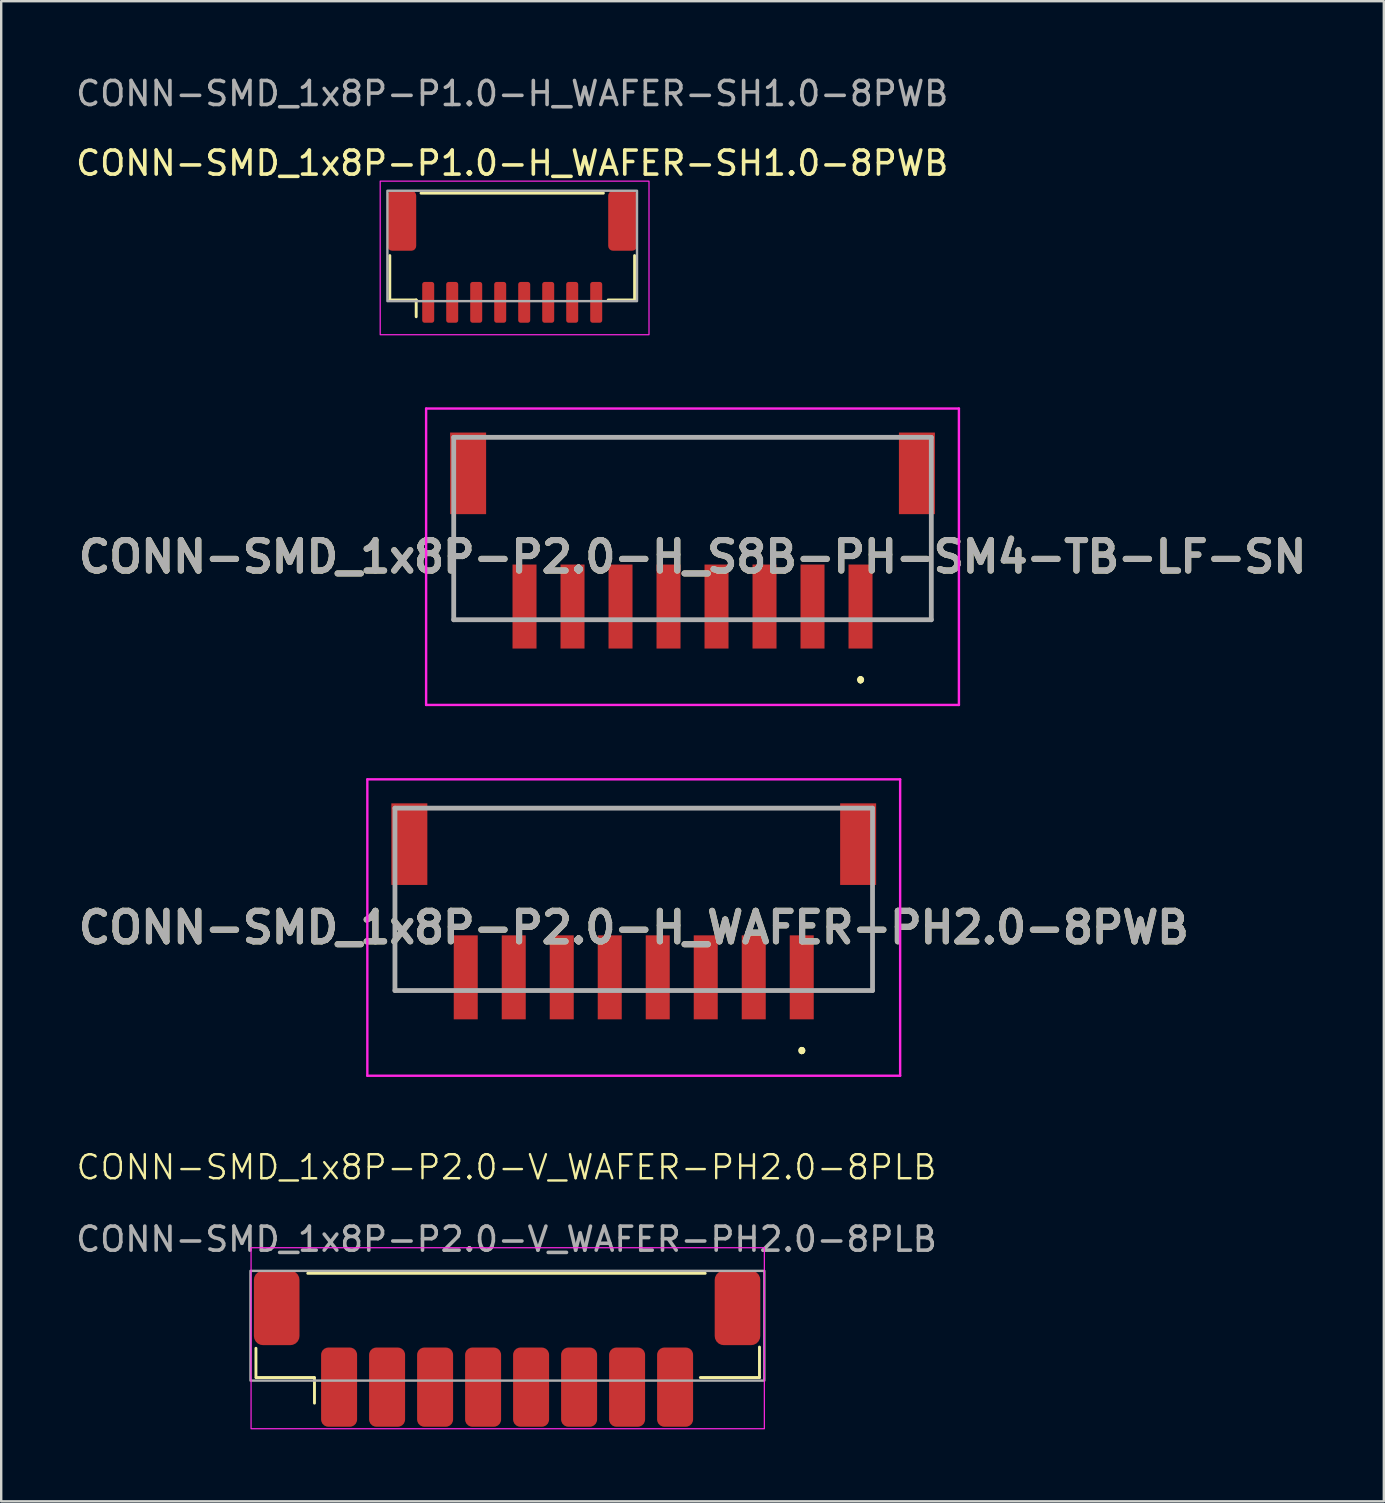
<source format=kicad_pcb>
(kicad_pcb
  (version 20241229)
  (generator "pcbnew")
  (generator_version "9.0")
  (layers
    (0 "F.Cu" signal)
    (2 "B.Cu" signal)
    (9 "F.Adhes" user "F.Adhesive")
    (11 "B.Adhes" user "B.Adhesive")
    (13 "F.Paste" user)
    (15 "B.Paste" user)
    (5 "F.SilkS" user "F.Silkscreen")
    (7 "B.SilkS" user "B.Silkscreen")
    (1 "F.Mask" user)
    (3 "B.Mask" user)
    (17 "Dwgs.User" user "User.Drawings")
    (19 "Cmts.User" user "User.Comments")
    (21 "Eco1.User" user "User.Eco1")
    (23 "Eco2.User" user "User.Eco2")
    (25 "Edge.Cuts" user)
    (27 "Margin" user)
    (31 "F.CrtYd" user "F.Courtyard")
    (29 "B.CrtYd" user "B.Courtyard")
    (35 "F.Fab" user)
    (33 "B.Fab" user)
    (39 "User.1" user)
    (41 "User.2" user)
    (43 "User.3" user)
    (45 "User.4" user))
  (footprint "CONN-SMD_1x8P-P2.0-H_WAFER-PH2.0-8PWB"
    (layer "F.Cu")
    (at 23.356 34.423)
    (property "Reference" "CONN-SMD_1x8P-P2.0-H_WAFER-PH2.0-8PWB" (at 0 1.175 0) (layer "F.SilkS") (effects (font (size 1.27 1.27) (thickness 0.254))))
    (attr smd)
    (fp_line (start -9.95 0) (end -9.95 0) (stroke (width 0.1) (type solid)) (layer "F.SilkS"))
    (fp_line (start -9.95 0) (end -9.95 3.8) (stroke (width 0.1) (type solid)) (layer "F.SilkS"))
    (fp_line (start -9.95 3.8) (end -9.95 0) (stroke (width 0.1) (type solid)) (layer "F.SilkS"))
    (fp_line (start -9.95 3.8) (end -9.95 3.8) (stroke (width 0.1) (type solid)) (layer "F.SilkS"))
    (fp_line (start -9.95 3.8) (end -9.95 3.8) (stroke (width 0.1) (type solid)) (layer "F.SilkS"))
    (fp_line (start -9.95 3.8) (end -8.25 3.8) (stroke (width 0.1) (type solid)) (layer "F.SilkS"))
    (fp_line (start -8.25 3.8) (end -9.95 3.8) (stroke (width 0.1) (type solid)) (layer "F.SilkS"))
    (fp_line (start -8.25 3.8) (end -8.25 3.8) (stroke (width 0.1) (type solid)) (layer "F.SilkS"))
    (fp_line (start -8 -3.8) (end -8 -3.8) (stroke (width 0.1) (type solid)) (layer "F.SilkS"))
    (fp_line (start -8 -3.8) (end 8 -3.8) (stroke (width 0.1) (type solid)) (layer "F.SilkS"))
    (fp_line (start 7 6.25) (end 7 6.25) (stroke (width 0.2) (type solid)) (layer "F.SilkS"))
    (fp_line (start 7 6.35) (end 7 6.35) (stroke (width 0.2) (type solid)) (layer "F.SilkS"))
    (fp_line (start 7 6.35) (end 7 6.35) (stroke (width 0.2) (type solid)) (layer "F.SilkS"))
    (fp_line (start 8 -3.8) (end -8 -3.8) (stroke (width 0.1) (type solid)) (layer "F.SilkS"))
    (fp_line (start 8 -3.8) (end 8 -3.8) (stroke (width 0.1) (type solid)) (layer "F.SilkS"))
    (fp_line (start 8.25 3.8) (end 8.25 3.8) (stroke (width 0.1) (type solid)) (layer "F.SilkS"))
    (fp_line (start 8.25 3.8) (end 9.95 3.8) (stroke (width 0.1) (type solid)) (layer "F.SilkS"))
    (fp_line (start 9.95 0) (end 9.95 0) (stroke (width 0.1) (type solid)) (layer "F.SilkS"))
    (fp_line (start 9.95 0) (end 9.95 3.75) (stroke (width 0.1) (type solid)) (layer "F.SilkS"))
    (fp_line (start 9.95 3.75) (end 9.95 0) (stroke (width 0.1) (type solid)) (layer "F.SilkS"))
    (fp_line (start 9.95 3.75) (end 9.95 3.75) (stroke (width 0.1) (type solid)) (layer "F.SilkS"))
    (fp_line (start 9.95 3.8) (end 8.25 3.8) (stroke (width 0.1) (type solid)) (layer "F.SilkS"))
    (fp_line (start 9.95 3.8) (end 9.95 3.8) (stroke (width 0.1) (type solid)) (layer "F.SilkS"))
    (fp_arc (start 7 6.25) (mid 7.05 6.3) (end 7 6.35) (stroke (width 0.2) (type solid)) (layer "F.SilkS"))
    (fp_arc (start 7 6.25) (mid 7.05 6.3) (end 7 6.35) (stroke (width 0.2) (type solid)) (layer "F.SilkS"))
    (fp_arc (start 7 6.35) (mid 6.95 6.3) (end 7 6.25) (stroke (width 0.2) (type solid)) (layer "F.SilkS"))
    (fp_line (start -11.1 -5) (end 11.1 -5) (stroke (width 0.1) (type solid)) (layer "F.CrtYd"))
    (fp_line (start -11.1 7.35) (end -11.1 -5) (stroke (width 0.1) (type solid)) (layer "F.CrtYd"))
    (fp_line (start 11.1 -5) (end 11.1 7.35) (stroke (width 0.1) (type solid)) (layer "F.CrtYd"))
    (fp_line (start 11.1 7.35) (end -11.1 7.35) (stroke (width 0.1) (type solid)) (layer "F.CrtYd"))
    (fp_line (start -9.95 -3.8) (end -9.95 3.8) (stroke (width 0.2) (type solid)) (layer "F.Fab"))
    (fp_line (start -9.95 3.8) (end 9.95 3.8) (stroke (width 0.2) (type solid)) (layer "F.Fab"))
    (fp_line (start 9.95 -3.8) (end -9.95 -3.8) (stroke (width 0.2) (type solid)) (layer "F.Fab"))
    (fp_line (start 9.95 3.8) (end 9.95 -3.8) (stroke (width 0.2) (type solid)) (layer "F.Fab"))
    (fp_text user "${REFERENCE}" (at 0 1.175 0) (layer "F.Fab") (effects (font (size 1.27 1.27) (thickness 0.254))))
    (pad "1" smd rect (at 7 3.25) (size 1 3.5) (layers "F.Cu" "F.Mask" "F.Paste"))
    (pad "2" smd rect (at 5 3.25) (size 1 3.5) (layers "F.Cu" "F.Mask" "F.Paste"))
    (pad "3" smd rect (at 3 3.25) (size 1 3.5) (layers "F.Cu" "F.Mask" "F.Paste"))
    (pad "4" smd rect (at 1 3.25) (size 1 3.5) (layers "F.Cu" "F.Mask" "F.Paste"))
    (pad "5" smd rect (at -1 3.25) (size 1 3.5) (layers "F.Cu" "F.Mask" "F.Paste"))
    (pad "6" smd rect (at -3 3.25) (size 1 3.5) (layers "F.Cu" "F.Mask" "F.Paste"))
    (pad "7" smd rect (at -5 3.25) (size 1 3.5) (layers "F.Cu" "F.Mask" "F.Paste"))
    (pad "8" smd rect (at -7 3.25) (size 1 3.5) (layers "F.Cu" "F.Mask" "F.Paste"))
    (pad "MP1" smd rect (at 9.35 -2.3) (size 1.5 3.4) (layers "F.Cu" "F.Mask" "F.Paste"))
    (pad "MP2" smd rect (at -9.35 -2.3) (size 1.5 3.4) (layers "F.Cu" "F.Mask" "F.Paste")))
  (footprint "CONN-SMD_1x8P-P1.0-H_WAFER-SH1.0-8PWB"
    (layer "F.Cu")
    (at 18.292 7.648)
    (property "Reference" "CONN-SMD_1x8P-P1.0-H_WAFER-SH1.0-8PWB" (at 0 -3.9 0) (unlocked yes) (layer "F.SilkS") (effects (font (size 1 1) (thickness 0.15))))
    (attr smd)
    (fp_line (start -5.1 -0.05) (end -5.1 1.8) (stroke (width 0.12) (type solid)) (layer "F.SilkS"))
    (fp_line (start -5.1 1.8) (end -4 1.8) (stroke (width 0.12) (type solid)) (layer "F.SilkS"))
    (fp_line (start -4 1.8) (end -4 2.5) (stroke (width 0.12) (type solid)) (layer "F.SilkS"))
    (fp_line (start -3.8 -2.65) (end 3.8 -2.65) (stroke (width 0.12) (type solid)) (layer "F.SilkS"))
    (fp_line (start 5.1 -0.05) (end 5.1 1.8) (stroke (width 0.12) (type solid)) (layer "F.SilkS"))
    (fp_line (start 5.1 1.8) (end 4 1.8) (stroke (width 0.12) (type solid)) (layer "F.SilkS"))
    (fp_rect (start -5.5 -3.15) (end 5.7 3.25) (stroke (width 0.05) (type solid)) (fill no) (layer "F.CrtYd"))
    (fp_rect (start -5.2 -2.75) (end 5.2 1.85) (stroke (width 0.1) (type solid)) (fill no) (layer "F.Fab"))
    (fp_text user "${REFERENCE}" (at 0 -6.8 0) (unlocked yes) (layer "F.Fab") (effects (font (size 1 1) (thickness 0.15))))
    (pad "1" smd roundrect (at -3.5 1.9) (size 0.5 1.7) (layers "F.Cu" "F.Mask" "F.Paste") (roundrect_rratio 0.2))
    (pad "2" smd roundrect (at -2.5 1.9) (size 0.5 1.7) (layers "F.Cu" "F.Mask" "F.Paste") (roundrect_rratio 0.2))
    (pad "3" smd roundrect (at -1.5 1.9) (size 0.5 1.7) (layers "F.Cu" "F.Mask" "F.Paste") (roundrect_rratio 0.2))
    (pad "4" smd roundrect (at -0.5 1.9) (size 0.5 1.7) (layers "F.Cu" "F.Mask" "F.Paste") (roundrect_rratio 0.2))
    (pad "5" smd roundrect (at 0.5 1.9) (size 0.5 1.7) (layers "F.Cu" "F.Mask" "F.Paste") (roundrect_rratio 0.2))
    (pad "6" smd roundrect (at 1.5 1.9) (size 0.5 1.7) (layers "F.Cu" "F.Mask" "F.Paste") (roundrect_rratio 0.2))
    (pad "7" smd roundrect (at 2.5 1.9) (size 0.5 1.7) (layers "F.Cu" "F.Mask" "F.Paste") (roundrect_rratio 0.2))
    (pad "8" smd roundrect (at 3.5 1.9) (size 0.5 1.7) (layers "F.Cu" "F.Mask" "F.Paste") (roundrect_rratio 0.2))
    (pad "MP1" smd roundrect (at -4.6 -1.5) (size 1.2 2.5) (layers "F.Cu" "F.Mask" "F.Paste") (roundrect_rratio 0.167))
    (pad "MP2" smd roundrect (at 4.6 -1.5) (size 1.2 2.5) (layers "F.Cu" "F.Mask" "F.Paste") (roundrect_rratio 0.167)))
  (footprint "CONN-SMD_1x8P-P2.0-V_WAFER-PH2.0-8PLB"
    (layer "F.Cu")
    (at 18.079 52.748)
    (property "Reference" "CONN-SMD_1x8P-P2.0-V_WAFER-PH2.0-8PLB" (at -0.025 -7.164 0) (unlocked yes) (layer "F.SilkS") (effects (font (size 1 1) (thickness 0.1))))
    (attr smd)
    (fp_line (start -10.465 0.381) (end -10.465 1.6) (stroke (width 0.12) (type default)) (layer "F.SilkS"))
    (fp_line (start -10.452 1.6) (end -8.039 1.6) (stroke (width 0.12) (type default)) (layer "F.SilkS"))
    (fp_line (start -8.306 -2.743) (end 8.255 -2.743) (stroke (width 0.12) (type default)) (layer "F.SilkS"))
    (fp_line (start -8.026 1.6) (end -8.026 2.667) (stroke (width 0.12) (type default)) (layer "F.SilkS"))
    (fp_line (start 10.516 0.33) (end 10.516 1.6) (stroke (width 0.12) (type default)) (layer "F.SilkS"))
    (fp_line (start 10.516 1.6) (end 8.052 1.6) (stroke (width 0.12) (type default)) (layer "F.SilkS"))
    (fp_rect (start -10.668 -3.81) (end 10.719 3.734) (stroke (width 0.05) (type default)) (fill no) (layer "F.CrtYd"))
    (fp_rect (start -10.693 -2.845) (end 10.719 1.727) (stroke (width 0.1) (type default)) (fill no) (layer "F.Fab"))
    (fp_text user "${REFERENCE}" (at -0.025 -4.164 0) (unlocked yes) (layer "F.Fab") (effects (font (size 1 1) (thickness 0.15))))
    (pad "1" smd roundrect (at -7 2) (size 1.5 3.3) (layers "F.Cu" "F.Mask" "F.Paste") (roundrect_rratio 0.2))
    (pad "2" smd roundrect (at -5 2) (size 1.5 3.3) (layers "F.Cu" "F.Mask" "F.Paste") (roundrect_rratio 0.2))
    (pad "3" smd roundrect (at -3 2) (size 1.5 3.3) (layers "F.Cu" "F.Mask" "F.Paste") (roundrect_rratio 0.2))
    (pad "4" smd roundrect (at -1 2) (size 1.5 3.3) (layers "F.Cu" "F.Mask" "F.Paste") (roundrect_rratio 0.2))
    (pad "5" smd roundrect (at 1 2) (size 1.5 3.3) (layers "F.Cu" "F.Mask" "F.Paste") (roundrect_rratio 0.2))
    (pad "6" smd roundrect (at 3 2) (size 1.5 3.3) (layers "F.Cu" "F.Mask" "F.Paste") (roundrect_rratio 0.2))
    (pad "7" smd roundrect (at 5 2) (size 1.5 3.3) (layers "F.Cu" "F.Mask" "F.Paste") (roundrect_rratio 0.2))
    (pad "8" smd roundrect (at 7 2) (size 1.5 3.3) (layers "F.Cu" "F.Mask" "F.Paste") (roundrect_rratio 0.2))
    (pad "MP1" smd roundrect (at -9.6 -1.3) (size 1.9 3.1) (layers "F.Cu" "F.Mask" "F.Paste") (roundrect_rratio 0.2))
    (pad "MP2" smd roundrect (at 9.6 -1.3) (size 1.9 3.1) (layers "F.Cu" "F.Mask" "F.Paste") (roundrect_rratio 0.2)))
  (footprint "CONN-SMD_1x8P-P2.0-H_S8B-PH-SM4-TB-LF-SN"
    (layer "F.Cu")
    (at 25.805 18.973)
    (property "Reference" "CONN-SMD_1x8P-P2.0-H_S8B-PH-SM4-TB-LF-SN" (at 0 1.175 0) (layer "F.SilkS") (effects (font (size 1.27 1.27) (thickness 0.254))))
    (attr smd)
    (fp_line (start -9.95 0) (end -9.95 0) (stroke (width 0.1) (type solid)) (layer "F.SilkS"))
    (fp_line (start -9.95 0) (end -9.95 3.8) (stroke (width 0.1) (type solid)) (layer "F.SilkS"))
    (fp_line (start -9.95 3.8) (end -9.95 0) (stroke (width 0.1) (type solid)) (layer "F.SilkS"))
    (fp_line (start -9.95 3.8) (end -9.95 3.8) (stroke (width 0.1) (type solid)) (layer "F.SilkS"))
    (fp_line (start -9.95 3.8) (end -9.95 3.8) (stroke (width 0.1) (type solid)) (layer "F.SilkS"))
    (fp_line (start -9.95 3.8) (end -8.25 3.8) (stroke (width 0.1) (type solid)) (layer "F.SilkS"))
    (fp_line (start -8.25 3.8) (end -9.95 3.8) (stroke (width 0.1) (type solid)) (layer "F.SilkS"))
    (fp_line (start -8.25 3.8) (end -8.25 3.8) (stroke (width 0.1) (type solid)) (layer "F.SilkS"))
    (fp_line (start -8 -3.8) (end -8 -3.8) (stroke (width 0.1) (type solid)) (layer "F.SilkS"))
    (fp_line (start -8 -3.8) (end 8 -3.8) (stroke (width 0.1) (type solid)) (layer "F.SilkS"))
    (fp_line (start 7 6.25) (end 7 6.25) (stroke (width 0.2) (type solid)) (layer "F.SilkS"))
    (fp_line (start 7 6.35) (end 7 6.35) (stroke (width 0.2) (type solid)) (layer "F.SilkS"))
    (fp_line (start 7 6.35) (end 7 6.35) (stroke (width 0.2) (type solid)) (layer "F.SilkS"))
    (fp_line (start 8 -3.8) (end -8 -3.8) (stroke (width 0.1) (type solid)) (layer "F.SilkS"))
    (fp_line (start 8 -3.8) (end 8 -3.8) (stroke (width 0.1) (type solid)) (layer "F.SilkS"))
    (fp_line (start 8.25 3.8) (end 8.25 3.8) (stroke (width 0.1) (type solid)) (layer "F.SilkS"))
    (fp_line (start 8.25 3.8) (end 9.95 3.8) (stroke (width 0.1) (type solid)) (layer "F.SilkS"))
    (fp_line (start 9.95 0) (end 9.95 0) (stroke (width 0.1) (type solid)) (layer "F.SilkS"))
    (fp_line (start 9.95 0) (end 9.95 3.75) (stroke (width 0.1) (type solid)) (layer "F.SilkS"))
    (fp_line (start 9.95 3.75) (end 9.95 0) (stroke (width 0.1) (type solid)) (layer "F.SilkS"))
    (fp_line (start 9.95 3.75) (end 9.95 3.75) (stroke (width 0.1) (type solid)) (layer "F.SilkS"))
    (fp_line (start 9.95 3.8) (end 8.25 3.8) (stroke (width 0.1) (type solid)) (layer "F.SilkS"))
    (fp_line (start 9.95 3.8) (end 9.95 3.8) (stroke (width 0.1) (type solid)) (layer "F.SilkS"))
    (fp_arc (start 7 6.25) (mid 7.05 6.3) (end 7 6.35) (stroke (width 0.2) (type solid)) (layer "F.SilkS"))
    (fp_arc (start 7 6.25) (mid 7.05 6.3) (end 7 6.35) (stroke (width 0.2) (type solid)) (layer "F.SilkS"))
    (fp_arc (start 7 6.35) (mid 6.95 6.3) (end 7 6.25) (stroke (width 0.2) (type solid)) (layer "F.SilkS"))
    (fp_line (start -11.1 -5) (end 11.1 -5) (stroke (width 0.1) (type solid)) (layer "F.CrtYd"))
    (fp_line (start -11.1 7.35) (end -11.1 -5) (stroke (width 0.1) (type solid)) (layer "F.CrtYd"))
    (fp_line (start 11.1 -5) (end 11.1 7.35) (stroke (width 0.1) (type solid)) (layer "F.CrtYd"))
    (fp_line (start 11.1 7.35) (end -11.1 7.35) (stroke (width 0.1) (type solid)) (layer "F.CrtYd"))
    (fp_line (start -9.95 -3.8) (end -9.95 3.8) (stroke (width 0.2) (type solid)) (layer "F.Fab"))
    (fp_line (start -9.95 3.8) (end 9.95 3.8) (stroke (width 0.2) (type solid)) (layer "F.Fab"))
    (fp_line (start 9.95 -3.8) (end -9.95 -3.8) (stroke (width 0.2) (type solid)) (layer "F.Fab"))
    (fp_line (start 9.95 3.8) (end 9.95 -3.8) (stroke (width 0.2) (type solid)) (layer "F.Fab"))
    (fp_text user "${REFERENCE}" (at 0 1.175 0) (layer "F.Fab") (effects (font (size 1.27 1.27) (thickness 0.254))))
    (pad "1" smd rect (at 7 3.25) (size 1 3.5) (layers "F.Cu" "F.Mask" "F.Paste"))
    (pad "2" smd rect (at 5 3.25) (size 1 3.5) (layers "F.Cu" "F.Mask" "F.Paste"))
    (pad "3" smd rect (at 3 3.25) (size 1 3.5) (layers "F.Cu" "F.Mask" "F.Paste"))
    (pad "4" smd rect (at 1 3.25) (size 1 3.5) (layers "F.Cu" "F.Mask" "F.Paste"))
    (pad "5" smd rect (at -1 3.25) (size 1 3.5) (layers "F.Cu" "F.Mask" "F.Paste"))
    (pad "6" smd rect (at -3 3.25) (size 1 3.5) (layers "F.Cu" "F.Mask" "F.Paste"))
    (pad "7" smd rect (at -5 3.25) (size 1 3.5) (layers "F.Cu" "F.Mask" "F.Paste"))
    (pad "8" smd rect (at -7 3.25) (size 1 3.5) (layers "F.Cu" "F.Mask" "F.Paste"))
    (pad "MP1" smd rect (at 9.35 -2.3) (size 1.5 3.4) (layers "F.Cu" "F.Mask" "F.Paste"))
    (pad "MP2" smd rect (at -9.35 -2.3) (size 1.5 3.4) (layers "F.Cu" "F.Mask" "F.Paste")))
  (gr_rect
    (start -3 -3)
    (end 54.61 59.507)
    (stroke (width 0.1) (type default))
    (fill no)
    (layer "Edge.Cuts")))
</source>
